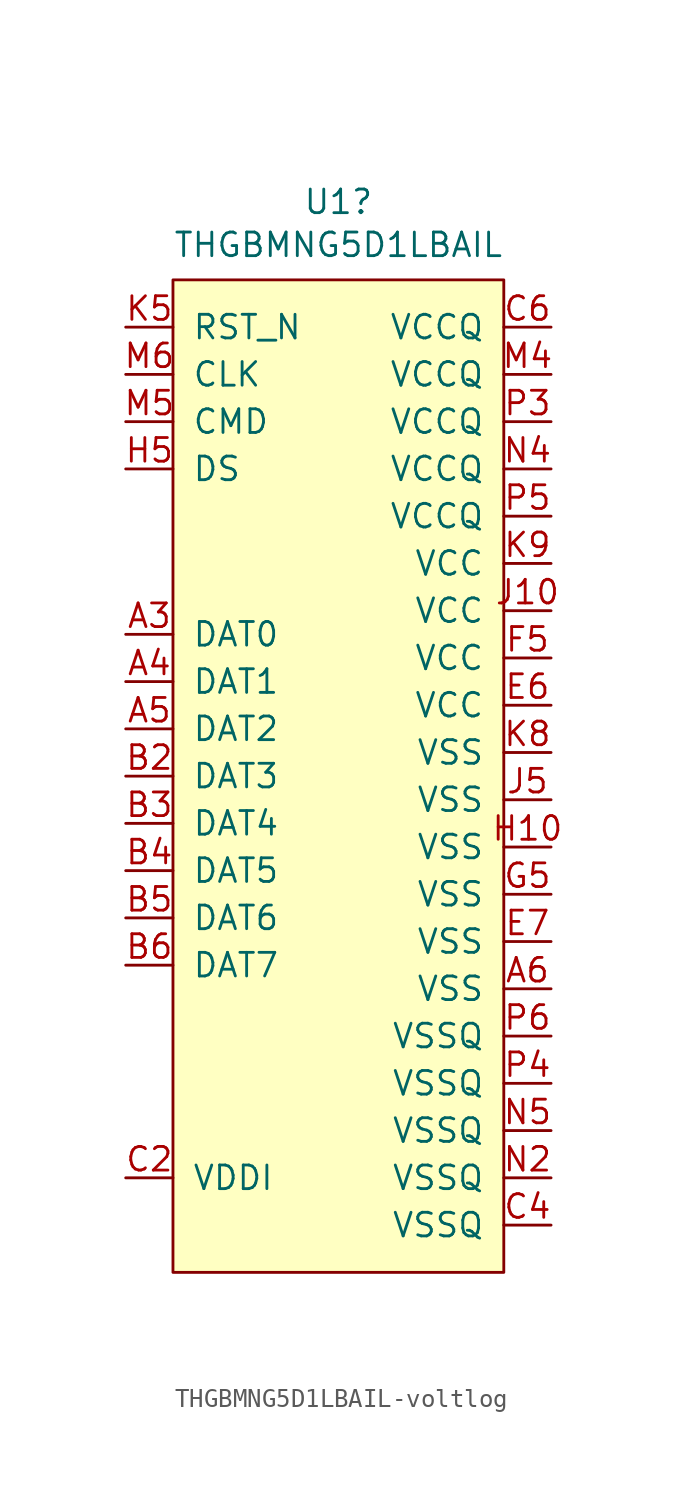
<source format=kicad_sym>
(kicad_symbol_lib
  (version 20231120)
  (generator "kicad_symbol_editor")
  (generator_version "8.0")
  (symbol "THGBMNG5D1LBAIL-voltlog"
    (pin_names
      (offset 1.016))
    (property "Reference" "U1"
      (at 0 29.591 0)
      (effects (font (size 1.27 1.27))))
    (property "Value" "THGBMNG5D1LBAIL"
      (at 0 27.28 0)
      (effects (font (size 1.27 1.27))))
    (symbol "THGBMNG5D1LBAIL-voltlog_0_0"
      (pin power_in line (at 11.43 -12.7 180) (length 2.54) (name "VSS" (effects (font (size 1.27 1.27)))) (number "A6" (effects (font (size 1.27 1.27))))))
    (symbol "THGBMNG5D1LBAIL-voltlog_0_1"
      (rectangle (start -8.89 25.4) (end 8.89 -27.94) (stroke (width 0) (type solid)) (fill (type background))))
    (symbol "THGBMNG5D1LBAIL-voltlog_1_1"
      (pin bidirectional line (at -11.43 6.35 0) (length 2.54) (name "DAT0" (effects (font (size 1.27 1.27)))) (number "A3" (effects (font (size 1.27 1.27)))))
      (pin bidirectional line (at -11.43 3.81 0) (length 2.54) (name "DAT1" (effects (font (size 1.27 1.27)))) (number "A4" (effects (font (size 1.27 1.27)))))
      (pin bidirectional line (at -11.43 1.27 0) (length 2.54) (name "DAT2" (effects (font (size 1.27 1.27)))) (number "A5" (effects (font (size 1.27 1.27)))))
      (pin bidirectional line (at -11.43 -1.27 0) (length 2.54) (name "DAT3" (effects (font (size 1.27 1.27)))) (number "B2" (effects (font (size 1.27 1.27)))))
      (pin bidirectional line (at -11.43 -3.81 0) (length 2.54) (name "DAT4" (effects (font (size 1.27 1.27)))) (number "B3" (effects (font (size 1.27 1.27)))))
      (pin bidirectional line (at -11.43 -6.35 0) (length 2.54) (name "DAT5" (effects (font (size 1.27 1.27)))) (number "B4" (effects (font (size 1.27 1.27)))))
      (pin bidirectional line (at -11.43 -8.89 0) (length 2.54) (name "DAT6" (effects (font (size 1.27 1.27)))) (number "B5" (effects (font (size 1.27 1.27)))))
      (pin bidirectional line (at -11.43 -11.43 0) (length 2.54) (name "DAT7" (effects (font (size 1.27 1.27)))) (number "B6" (effects (font (size 1.27 1.27)))))
      (pin power_in line (at -11.43 -22.86 0) (length 2.54) (name "VDDI" (effects (font (size 1.27 1.27)))) (number "C2" (effects (font (size 1.27 1.27)))))
      (pin power_in line (at 11.43 -25.4 180) (length 2.54) (name "VSSQ" (effects (font (size 1.27 1.27)))) (number "C4" (effects (font (size 1.27 1.27)))))
      (pin power_in line (at 11.43 22.86 180) (length 2.54) (name "VCCQ" (effects (font (size 1.27 1.27)))) (number "C6" (effects (font (size 1.27 1.27)))))
      (pin power_in line (at 11.43 2.54 180) (length 2.54) (name "VCC" (effects (font (size 1.27 1.27)))) (number "E6" (effects (font (size 1.27 1.27)))))
      (pin power_in line (at 11.43 -10.16 180) (length 2.54) (name "VSS" (effects (font (size 1.27 1.27)))) (number "E7" (effects (font (size 1.27 1.27)))))
      (pin power_in line (at 11.43 5.08 180) (length 2.54) (name "VCC" (effects (font (size 1.27 1.27)))) (number "F5" (effects (font (size 1.27 1.27)))))
      (pin power_in line (at 11.43 -7.62 180) (length 2.54) (name "VSS" (effects (font (size 1.27 1.27)))) (number "G5" (effects (font (size 1.27 1.27)))))
      (pin power_in line (at 11.43 -5.08 180) (length 2.54) (name "VSS" (effects (font (size 1.27 1.27)))) (number "H10" (effects (font (size 1.27 1.27)))))
      (pin passive line (at -11.43 15.24 0) (length 2.54) (name "DS" (effects (font (size 1.27 1.27)))) (number "H5" (effects (font (size 1.27 1.27)))))
      (pin power_in line (at 11.43 7.62 180) (length 2.54) (name "VCC" (effects (font (size 1.27 1.27)))) (number "J10" (effects (font (size 1.27 1.27)))))
      (pin power_in line (at 11.43 -2.54 180) (length 2.54) (name "VSS" (effects (font (size 1.27 1.27)))) (number "J5" (effects (font (size 1.27 1.27)))))
      (pin passive line (at -11.43 22.86 0) (length 2.54) (name "RST_N" (effects (font (size 1.27 1.27)))) (number "K5" (effects (font (size 1.27 1.27)))))
      (pin power_in line (at 11.43 0 180) (length 2.54) (name "VSS" (effects (font (size 1.27 1.27)))) (number "K8" (effects (font (size 1.27 1.27)))))
      (pin power_in line (at 11.43 10.16 180) (length 2.54) (name "VCC" (effects (font (size 1.27 1.27)))) (number "K9" (effects (font (size 1.27 1.27)))))
      (pin power_in line (at 11.43 20.32 180) (length 2.54) (name "VCCQ" (effects (font (size 1.27 1.27)))) (number "M4" (effects (font (size 1.27 1.27)))))
      (pin input line (at -11.43 17.78 0) (length 2.54) (name "CMD" (effects (font (size 1.27 1.27)))) (number "M5" (effects (font (size 1.27 1.27)))))
      (pin input line (at -11.43 20.32 0) (length 2.54) (name "CLK" (effects (font (size 1.27 1.27)))) (number "M6" (effects (font (size 1.27 1.27)))))
      (pin power_in line (at 11.43 -22.86 180) (length 2.54) (name "VSSQ" (effects (font (size 1.27 1.27)))) (number "N2" (effects (font (size 1.27 1.27)))))
      (pin power_in line (at 11.43 15.24 180) (length 2.54) (name "VCCQ" (effects (font (size 1.27 1.27)))) (number "N4" (effects (font (size 1.27 1.27)))))
      (pin power_in line (at 11.43 -20.32 180) (length 2.54) (name "VSSQ" (effects (font (size 1.27 1.27)))) (number "N5" (effects (font (size 1.27 1.27)))))
      (pin power_in line (at 11.43 17.78 180) (length 2.54) (name "VCCQ" (effects (font (size 1.27 1.27)))) (number "P3" (effects (font (size 1.27 1.27)))))
      (pin power_in line (at 11.43 -17.78 180) (length 2.54) (name "VSSQ" (effects (font (size 1.27 1.27)))) (number "P4" (effects (font (size 1.27 1.27)))))
      (pin power_in line (at 11.43 12.7 180) (length 2.54) (name "VCCQ" (effects (font (size 1.27 1.27)))) (number "P5" (effects (font (size 1.27 1.27)))))
      (pin power_in line (at 11.43 -15.24 180) (length 2.54) (name "VSSQ" (effects (font (size 1.27 1.27)))) (number "P6" (effects (font (size 1.27 1.27))))))))
</source>
